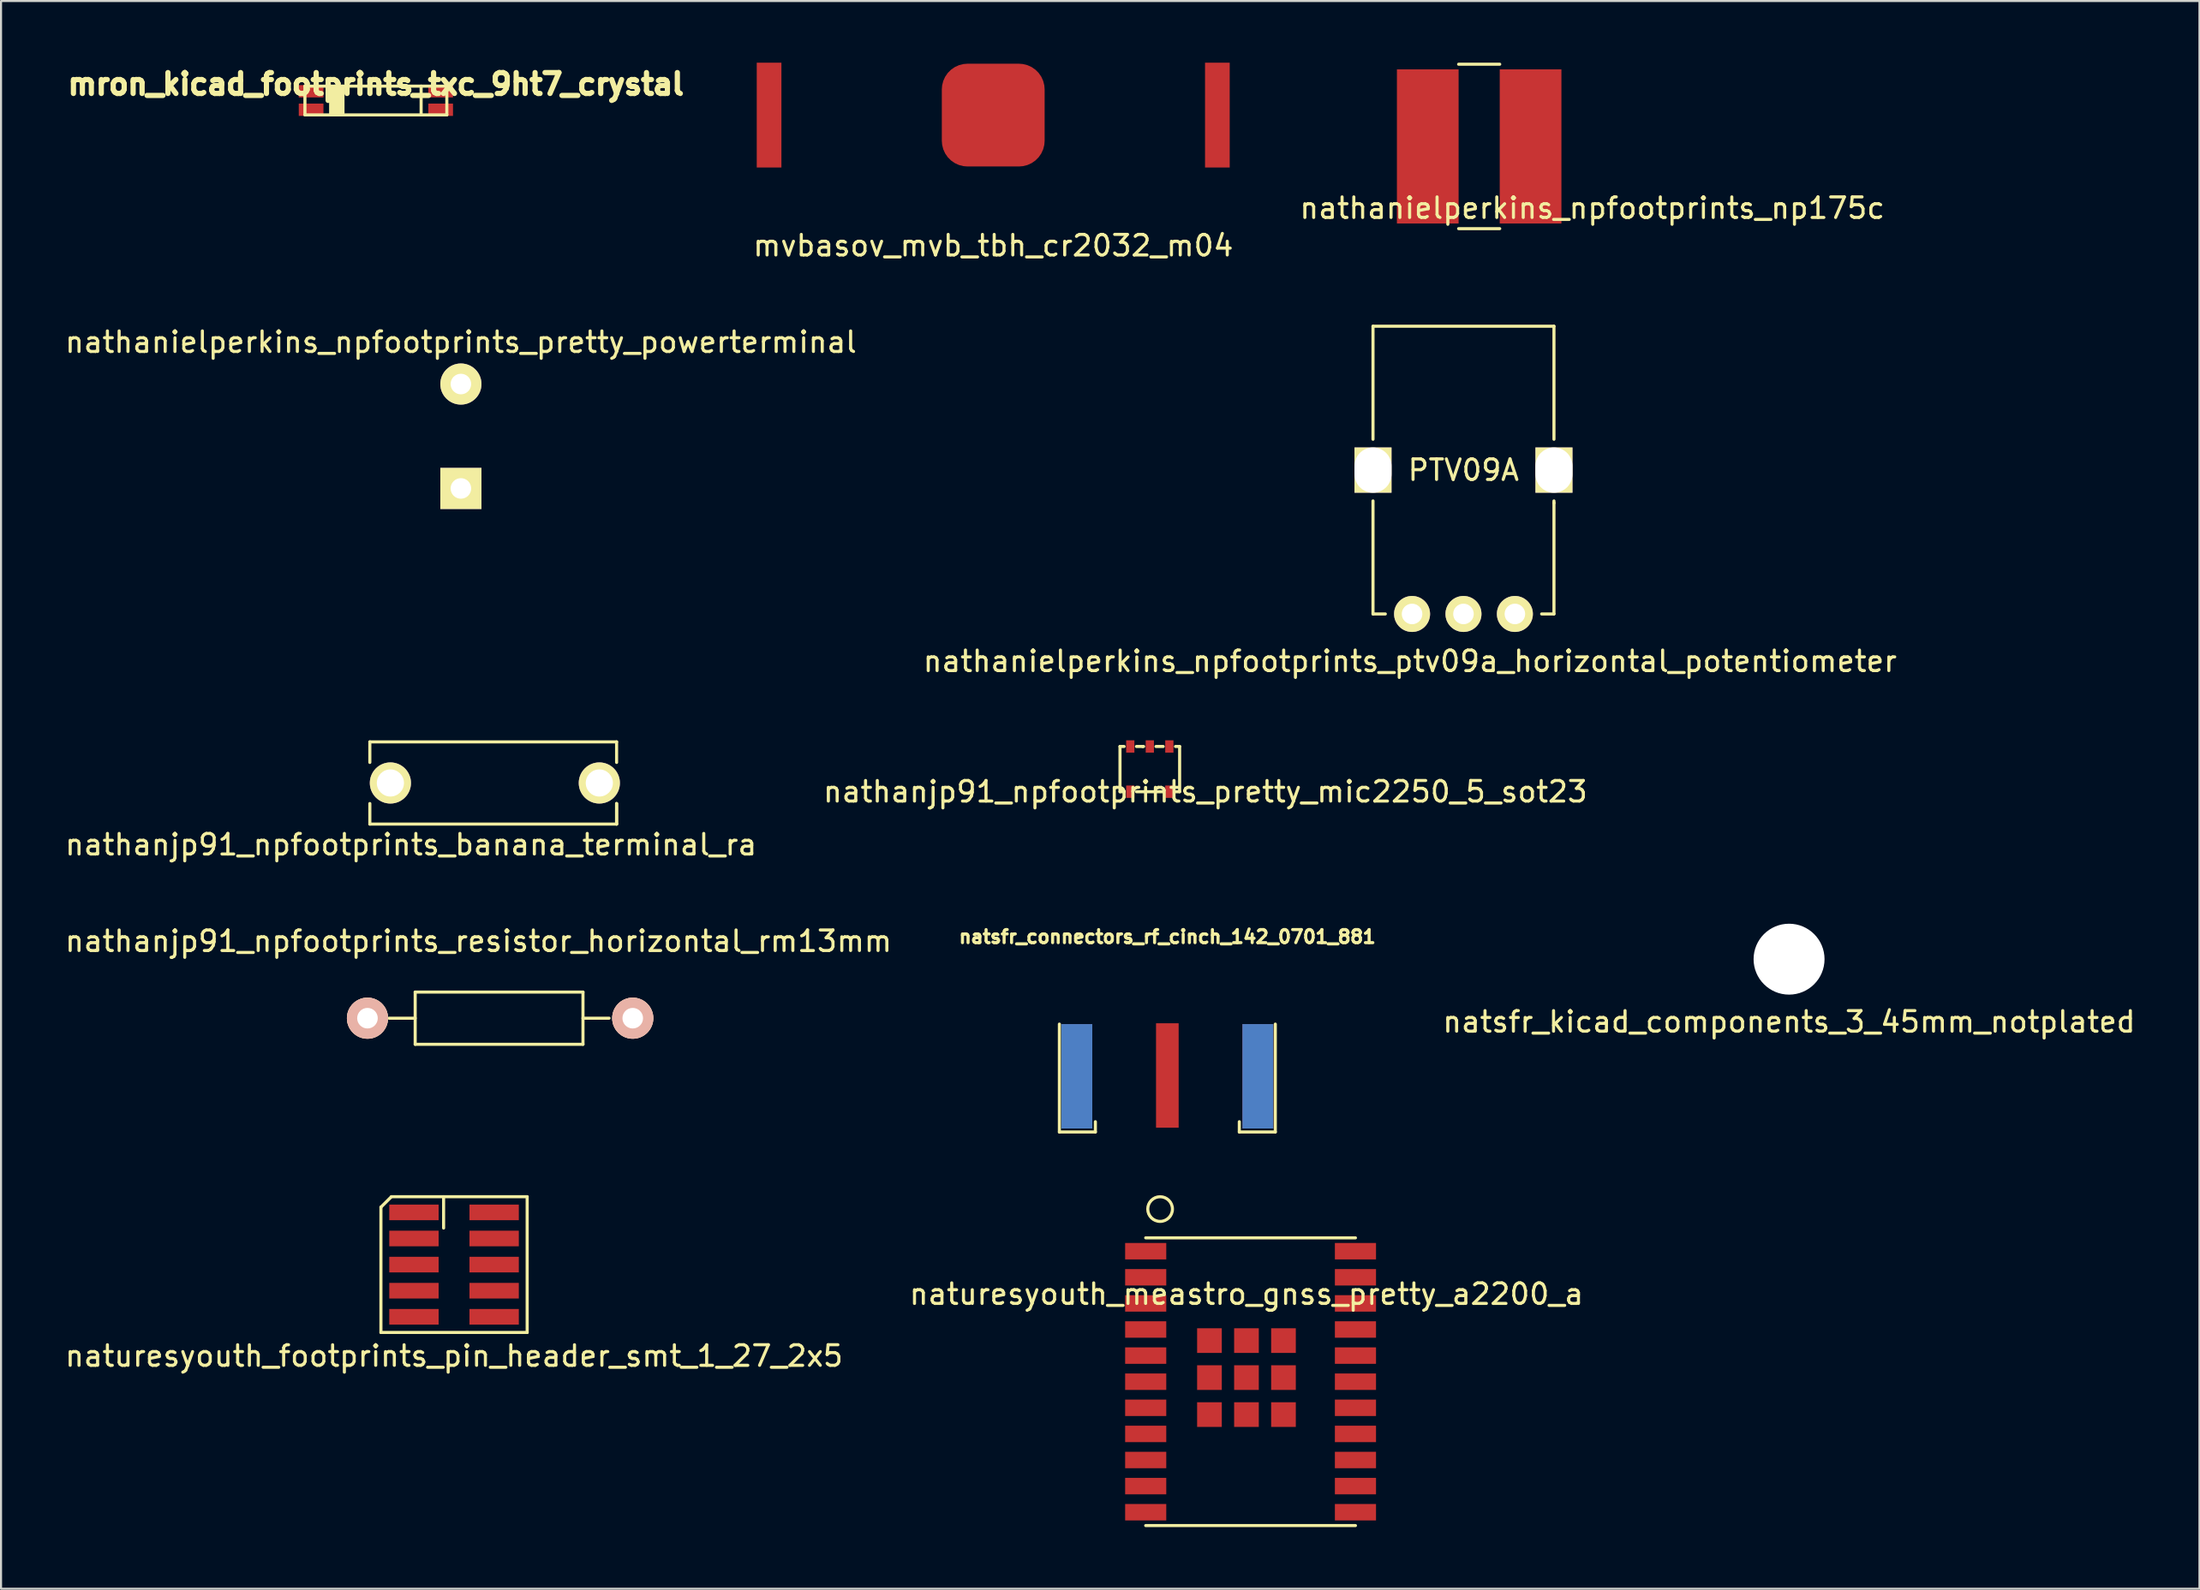
<source format=kicad_pcb>
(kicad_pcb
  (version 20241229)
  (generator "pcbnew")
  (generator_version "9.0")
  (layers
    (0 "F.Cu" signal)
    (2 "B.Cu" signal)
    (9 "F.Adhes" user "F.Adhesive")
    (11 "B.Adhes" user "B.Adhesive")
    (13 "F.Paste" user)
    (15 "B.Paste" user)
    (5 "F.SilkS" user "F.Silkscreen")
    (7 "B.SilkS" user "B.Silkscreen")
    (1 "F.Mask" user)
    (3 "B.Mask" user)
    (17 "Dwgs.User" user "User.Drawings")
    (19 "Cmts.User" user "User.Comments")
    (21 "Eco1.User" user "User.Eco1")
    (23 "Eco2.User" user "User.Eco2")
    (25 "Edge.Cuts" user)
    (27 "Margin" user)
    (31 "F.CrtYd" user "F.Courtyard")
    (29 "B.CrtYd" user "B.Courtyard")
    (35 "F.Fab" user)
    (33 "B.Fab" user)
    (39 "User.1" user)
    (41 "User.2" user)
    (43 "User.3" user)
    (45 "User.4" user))
  (footprint "mron_kicad_footprints_txc_9ht7_crystal"
    (layer "F.Cu")
    (at 15.229 1.84)
    (property "Reference" "mron_kicad_footprints_txc_9ht7_crystal" (at 0 -0.8 0) (layer "F.SilkS") (effects (font (size 1.016 1.016) (thickness 0.254))))
    (attr through_hole)
    (fp_line (start -3.45 -0.7) (end 3.45 -0.7) (stroke (width 0.15) (type solid)) (layer "F.SilkS"))
    (fp_line (start -3.45 0.7) (end -3.45 -0.7) (stroke (width 0.15) (type solid)) (layer "F.SilkS"))
    (fp_line (start -3.45 0.7) (end 3.45 0.7) (stroke (width 0.15) (type solid)) (layer "F.SilkS"))
    (fp_line (start -2.2 -0.7) (end -2.2 0.7) (stroke (width 0.15) (type solid)) (layer "F.SilkS"))
    (fp_line (start -2.1 -0.6) (end -2.1 0.6) (stroke (width 0.15) (type solid)) (layer "F.SilkS"))
    (fp_line (start -2.1 0.6) (end -1.9 0.6) (stroke (width 0.15) (type solid)) (layer "F.SilkS"))
    (fp_line (start -2 -0.7) (end -2 0.7) (stroke (width 0.15) (type solid)) (layer "F.SilkS"))
    (fp_line (start -1.9 0.6) (end -1.9 -0.6) (stroke (width 0.15) (type solid)) (layer "F.SilkS"))
    (fp_line (start -1.9 0.6) (end -1.6 0.6) (stroke (width 0.15) (type solid)) (layer "F.SilkS"))
    (fp_line (start -1.8 -0.6) (end -1.9 0.6) (stroke (width 0.15) (type solid)) (layer "F.SilkS"))
    (fp_line (start -1.8 0.7) (end -1.8 -0.6) (stroke (width 0.15) (type solid)) (layer "F.SilkS"))
    (fp_line (start -1.7 -0.7) (end -1.7 0.6) (stroke (width 0.15) (type solid)) (layer "F.SilkS"))
    (fp_line (start -1.6 0.6) (end -1.6 -0.7) (stroke (width 0.15) (type solid)) (layer "F.SilkS"))
    (fp_line (start 2.2 -0.7) (end 2.2 0.7) (stroke (width 0.15) (type solid)) (layer "F.SilkS"))
    (fp_line (start 3.45 -0.7) (end 3.45 0.7) (stroke (width 0.15) (type solid)) (layer "F.SilkS"))
    (pad "1" smd rect (at -3.15 0.45) (size 1.2 0.6) (layers "F.Cu" "F.Mask" "F.Paste"))
    (pad "2" smd rect (at 3.15 0.45) (size 1.2 0.6) (layers "F.Cu" "F.Mask" "F.Paste"))
    (pad "3" smd rect (at 3.15 -0.45) (size 1.2 0.6) (layers "F.Cu" "F.Mask" "F.Paste"))
    (pad "4" smd rect (at -3.15 -0.45) (size 1.2 0.6) (layers "F.Cu" "F.Mask" "F.Paste")))
  (footprint "natsfr_kicad_components_3_45mm_notplated"
    (layer "F.Cu")
    (at 83.951 43.62)
    (property "Reference" "natsfr_kicad_components_3_45mm_notplated" (at 0 3.048 0) (layer "F.SilkS") (effects (font (size 1 1) (thickness 0.15))))
    (attr through_hole)
    (pad "" np_thru_hole circle (at 0 0) (size 3.45 3.45) (drill 3.45) (layers "*.Cu" "*.Mask")))
  (footprint "nathanjp91_npfootprints_pretty_mic2250_5_sot23"
    (layer "F.Cu")
    (at 52.865 35.471)
    (property "Reference" "nathanjp91_npfootprints_pretty_mic2250_5_sot23" (at 2.7 0 0) (layer "F.SilkS") (effects (font (size 1 1) (thickness 0.15))))
    (attr through_hole)
    (fp_line (start -1.45 -2.2) (end -1.45 0) (stroke (width 0.15) (type solid)) (layer "F.SilkS"))
    (fp_line (start -1.45 0) (end -1.25 0) (stroke (width 0.15) (type solid)) (layer "F.SilkS"))
    (fp_line (start -1.25 -2.2) (end -1.45 -2.2) (stroke (width 0.15) (type solid)) (layer "F.SilkS"))
    (fp_line (start -0.65 -2.2) (end -0.35 -2.2) (stroke (width 0.15) (type solid)) (layer "F.SilkS"))
    (fp_line (start -0.35 -2.2) (end -0.3 -2.2) (stroke (width 0.15) (type solid)) (layer "F.SilkS"))
    (fp_line (start 0.3 -2.2) (end 0.65 -2.2) (stroke (width 0.15) (type solid)) (layer "F.SilkS"))
    (fp_line (start 0.65 0) (end -0.65 0) (stroke (width 0.15) (type solid)) (layer "F.SilkS"))
    (fp_line (start 1.25 -2.2) (end 1.45 -2.2) (stroke (width 0.15) (type solid)) (layer "F.SilkS"))
    (fp_line (start 1.45 -2.2) (end 1.45 0) (stroke (width 0.15) (type solid)) (layer "F.SilkS"))
    (fp_line (start 1.45 0) (end 1.25 0) (stroke (width 0.15) (type solid)) (layer "F.SilkS"))
    (pad "1" smd rect (at 0.95 -2.2) (size 0.4 0.6) (layers "F.Cu" "F.Mask" "F.Paste"))
    (pad "2" smd rect (at 0 -2.2) (size 0.4 0.6) (layers "F.Cu" "F.Mask" "F.Paste"))
    (pad "3" smd rect (at -0.95 -2.2) (size 0.4 0.6) (layers "F.Cu" "F.Mask" "F.Paste"))
    (pad "4" smd rect (at -0.95 0) (size 0.4 0.6) (layers "F.Cu" "F.Mask" "F.Paste"))
    (pad "5" smd rect (at 0.95 0) (size 0.4 0.6) (layers "F.Cu" "F.Mask" "F.Paste")))
  (footprint "natsfr_connectors_rf_cinch_142_0701_881"
    (layer "F.Cu")
    (at 53.717 46.779)
    (property "Reference" "natsfr_connectors_rf_cinch_142_0701_881" (at 0 -4.25 0) (layer "F.SilkS") (effects (font (size 0.635 0.635) (thickness 0.15))))
    (attr through_hole)
    (fp_line (start -5.25 5.25) (end -5.25 0) (stroke (width 0.15) (type solid)) (layer "F.SilkS"))
    (fp_line (start -5.25 5.25) (end -3.5 5.25) (stroke (width 0.15) (type solid)) (layer "F.SilkS"))
    (fp_line (start -3.5 5.25) (end -3.5 4.75) (stroke (width 0.15) (type solid)) (layer "F.SilkS"))
    (fp_line (start 3.5 4.75) (end 3.5 5.25) (stroke (width 0.15) (type solid)) (layer "F.SilkS"))
    (fp_line (start 3.5 5.25) (end 5.25 5.25) (stroke (width 0.15) (type solid)) (layer "F.SilkS"))
    (fp_line (start 5.25 5.25) (end 5.25 0) (stroke (width 0.15) (type solid)) (layer "F.SilkS"))
    (pad "1" smd rect (at 0 2.5) (size 1.1 5.08) (layers "F.Cu" "F.Mask" "F.Paste"))
    (pad "2" smd rect (at -4.4 2.54) (size 1.5 5.08) (layers "F.Cu" "F.Mask" "F.Paste"))
    (pad "2" smd rect (at -4.4 2.54) (size 1.5 5.08) (layers "B.Cu" "B.Mask" "B.Paste"))
    (pad "2" smd rect (at 4.4 2.54) (size 1.5 5.08) (layers "F.Cu" "F.Mask" "F.Paste"))
    (pad "2" smd rect (at 4.4 2.54) (size 1.5 5.08) (layers "B.Cu" "B.Mask" "B.Paste")))
  (footprint "naturesyouth_meastro_gnss_pretty_a2200_a"
    (layer "F.Cu")
    (at 57.565 63.979)
    (property "Reference" "naturesyouth_meastro_gnss_pretty_a2200_a" (at 0 -4.064 0) (layer "F.SilkS") (effects (font (size 1 1) (thickness 0.15))))
    (attr through_hole)
    (fp_line (start -4.9 -6.8) (end 5.3 -6.8) (stroke (width 0.15) (type solid)) (layer "F.SilkS"))
    (fp_line (start -4.9 7.2) (end 5.3 7.2) (stroke (width 0.15) (type solid)) (layer "F.SilkS"))
    (fp_circle (center -4.2 -8.2) (end -4.8 -8.2) (stroke (width 0.15) (type solid)) (fill no) (layer "F.SilkS"))
    (pad "1" smd rect (at -4.9 -6.15) (size 2 0.8) (layers "F.Cu" "F.Mask" "F.Paste"))
    (pad "2" smd rect (at -4.9 -4.88) (size 2 0.8) (layers "F.Cu" "F.Mask" "F.Paste"))
    (pad "3" smd rect (at -4.9 -3.61) (size 2 0.8) (layers "F.Cu" "F.Mask" "F.Paste"))
    (pad "4" smd rect (at -4.9 -2.34) (size 2 0.8) (layers "F.Cu" "F.Mask" "F.Paste"))
    (pad "5" smd rect (at -4.9 -1.07) (size 2 0.8) (layers "F.Cu" "F.Mask" "F.Paste"))
    (pad "6" smd rect (at -4.9 0.2) (size 2 0.8) (layers "F.Cu" "F.Mask" "F.Paste"))
    (pad "7" smd rect (at -4.9 1.47) (size 2 0.8) (layers "F.Cu" "F.Mask" "F.Paste"))
    (pad "8" smd rect (at -4.9 2.74) (size 2 0.8) (layers "F.Cu" "F.Mask" "F.Paste"))
    (pad "9" smd rect (at -4.9 4.01) (size 2 0.8) (layers "F.Cu" "F.Mask" "F.Paste"))
    (pad "10" smd rect (at -4.9 5.28) (size 2 0.8) (layers "F.Cu" "F.Mask" "F.Paste"))
    (pad "11" smd rect (at -4.9 6.55) (size 2 0.8) (layers "F.Cu" "F.Mask" "F.Paste"))
    (pad "12" smd rect (at 5.3 6.55) (size 2 0.8) (layers "F.Cu" "F.Mask" "F.Paste"))
    (pad "13" smd rect (at 5.3 5.28) (size 2 0.8) (layers "F.Cu" "F.Mask" "F.Paste"))
    (pad "14" smd rect (at 5.3 4.01) (size 2 0.8) (layers "F.Cu" "F.Mask" "F.Paste"))
    (pad "15" smd rect (at 5.3 2.74) (size 2 0.8) (layers "F.Cu" "F.Mask" "F.Paste"))
    (pad "16" smd rect (at 5.3 1.47) (size 2 0.8) (layers "F.Cu" "F.Mask" "F.Paste"))
    (pad "17" smd rect (at 5.3 0.2) (size 2 0.8) (layers "F.Cu" "F.Mask" "F.Paste"))
    (pad "18" smd rect (at 5.3 -1.07) (size 2 0.8) (layers "F.Cu" "F.Mask" "F.Paste"))
    (pad "19" smd rect (at 5.3 -2.34) (size 2 0.8) (layers "F.Cu" "F.Mask" "F.Paste"))
    (pad "20" smd rect (at 5.3 -3.61) (size 2 0.8) (layers "F.Cu" "F.Mask" "F.Paste"))
    (pad "21" smd rect (at 5.3 -4.88) (size 2 0.8) (layers "F.Cu" "F.Mask" "F.Paste"))
    (pad "22" smd rect (at 5.3 -6.15) (size 2 0.8) (layers "F.Cu" "F.Mask" "F.Paste"))
    (pad "23" smd rect (at -1.8 -1.8) (size 1.2 1.2) (layers "F.Cu" "F.Mask" "F.Paste"))
    (pad "24" smd rect (at -1.8 0) (size 1.2 1.2) (layers "F.Cu" "F.Mask" "F.Paste"))
    (pad "25" smd rect (at -1.8 1.8) (size 1.2 1.2) (layers "F.Cu" "F.Mask" "F.Paste"))
    (pad "26" smd rect (at 0 -1.8) (size 1.2 1.2) (layers "F.Cu" "F.Mask" "F.Paste"))
    (pad "27" smd rect (at 0 0) (size 1.2 1.2) (layers "F.Cu" "F.Mask" "F.Paste"))
    (pad "29" smd rect (at 0 1.8) (size 1.2 1.2) (layers "F.Cu" "F.Mask" "F.Paste"))
    (pad "30" smd rect (at 1.8 -1.8) (size 1.2 1.2) (layers "F.Cu" "F.Mask" "F.Paste"))
    (pad "31" smd rect (at 1.8 0) (size 1.2 1.2) (layers "F.Cu" "F.Mask" "F.Paste"))
    (pad "32" smd rect (at 1.8 1.8) (size 1.2 1.2) (layers "F.Cu" "F.Mask" "F.Paste")))
  (footprint "nathanjp91_npfootprints_banana_terminal_ra"
    (layer "F.Cu")
    (at 20.935 35.047)
    (property "Reference" "nathanjp91_npfootprints_banana_terminal_ra" (at -4 3 0) (layer "F.SilkS") (effects (font (size 1 1) (thickness 0.15))))
    (attr through_hole)
    (fp_line (start -6 -2) (end 6 -2) (stroke (width 0.15) (type solid)) (layer "F.SilkS"))
    (fp_line (start -6 -1) (end -6 -2) (stroke (width 0.15) (type solid)) (layer "F.SilkS"))
    (fp_line (start -6 2) (end -6 1) (stroke (width 0.15) (type solid)) (layer "F.SilkS"))
    (fp_line (start 6 -2) (end 6 -1) (stroke (width 0.15) (type solid)) (layer "F.SilkS"))
    (fp_line (start 6 1) (end 6 2) (stroke (width 0.15) (type solid)) (layer "F.SilkS"))
    (fp_line (start 6 2) (end -6 2) (stroke (width 0.15) (type solid)) (layer "F.SilkS"))
    (fp_line (start 6 2) (end 6 1) (stroke (width 0.15) (type solid)) (layer "F.SilkS"))
    (pad "1" thru_hole circle (at -5 0) (size 2 2) (drill 1.32) (layers "*.Cu" "*.Mask" "F.SilkS"))
    (pad "1" thru_hole circle (at 5.16 0) (size 2 2) (drill 1.32) (layers "*.Cu" "*.Mask" "F.SilkS")))
  (footprint "naturesyouth_footprints_pin_header_smt_1_27_2x5"
    (layer "F.Cu")
    (at 19.03 58.481)
    (property "Reference" "naturesyouth_footprints_pin_header_smt_1_27_2x5" (at 0 4.445 0) (layer "F.SilkS") (effects (font (size 1 1) (thickness 0.15))))
    (attr through_hole)
    (fp_line (start -3.556 -2.794) (end -3.556 3.302) (stroke (width 0.15) (type solid)) (layer "F.SilkS"))
    (fp_line (start -3.556 3.302) (end 3.556 3.302) (stroke (width 0.15) (type solid)) (layer "F.SilkS"))
    (fp_line (start -3.048 -3.302) (end -3.556 -2.794) (stroke (width 0.15) (type solid)) (layer "F.SilkS"))
    (fp_line (start -0.508 -3.302) (end -0.508 -1.778) (stroke (width 0.15) (type solid)) (layer "F.SilkS"))
    (fp_line (start 3.556 -3.302) (end -3.048 -3.302) (stroke (width 0.15) (type solid)) (layer "F.SilkS"))
    (fp_line (start 3.556 3.302) (end 3.556 -3.302) (stroke (width 0.15) (type solid)) (layer "F.SilkS"))
    (pad "1" smd rect (at -1.95 -2.54) (size 2.4 0.76) (layers "F.Cu" "F.Mask" "F.Paste"))
    (pad "2" smd rect (at 1.95 -2.54) (size 2.4 0.76) (layers "F.Cu" "F.Mask" "F.Paste"))
    (pad "3" smd rect (at -1.95 -1.27) (size 2.4 0.76) (layers "F.Cu" "F.Mask" "F.Paste"))
    (pad "4" smd rect (at 1.95 -1.27) (size 2.4 0.76) (layers "F.Cu" "F.Mask" "F.Paste"))
    (pad "5" smd rect (at -1.95 0) (size 2.4 0.76) (layers "F.Cu" "F.Mask" "F.Paste"))
    (pad "6" smd rect (at 1.95 0) (size 2.4 0.76) (layers "F.Cu" "F.Mask" "F.Paste"))
    (pad "7" smd rect (at -1.95 1.27) (size 2.4 0.76) (layers "F.Cu" "F.Mask" "F.Paste"))
    (pad "8" smd rect (at 1.95 1.27) (size 2.4 0.76) (layers "F.Cu" "F.Mask" "F.Paste"))
    (pad "9" smd rect (at -1.95 2.54) (size 2.4 0.76) (layers "F.Cu" "F.Mask" "F.Paste"))
    (pad "10" smd rect (at 1.95 2.54) (size 2.4 0.76) (layers "F.Cu" "F.Mask" "F.Paste")))
  (footprint "nathanjp91_npfootprints_resistor_horizontal_rm13mm"
    (layer "F.Cu")
    (at 20.22 46.492)
    (property "Reference" "nathanjp91_npfootprints_resistor_horizontal_rm13mm" (at 0 -3.749 0) (layer "F.SilkS") (effects (font (size 1 1) (thickness 0.15))))
    (attr through_hole)
    (fp_line (start -4.35 0) (end -3.08 0) (stroke (width 0.15) (type solid)) (layer "F.SilkS"))
    (fp_line (start -3.08 -1.27) (end -3.08 1.27) (stroke (width 0.15) (type solid)) (layer "F.SilkS"))
    (fp_line (start -3.08 1.27) (end 5.08 1.27) (stroke (width 0.15) (type solid)) (layer "F.SilkS"))
    (fp_line (start 5.08 -1.27) (end -3.08 -1.27) (stroke (width 0.15) (type solid)) (layer "F.SilkS"))
    (fp_line (start 5.08 1.27) (end 5.08 -1.27) (stroke (width 0.15) (type solid)) (layer "F.SilkS"))
    (fp_line (start 6.35 0) (end 5.08 0) (stroke (width 0.15) (type solid)) (layer "F.SilkS"))
    (pad "1" thru_hole circle (at -5.4 0) (size 1.999 1.999) (drill 1.001) (layers "*.Cu" "*.SilkS" "*.Mask"))
    (pad "2" thru_hole circle (at 7.5 0) (size 1.999 1.999) (drill 1.001) (layers "*.Cu" "*.SilkS" "*.Mask")))
  (footprint "nathanielperkins_npfootprints_np175c"
    (layer "F.Cu")
    (at 68.881 4.075)
    (property "Reference" "nathanielperkins_npfootprints_np175c" (at 5.5 3 0) (layer "F.SilkS") (effects (font (size 1 1) (thickness 0.15))))
    (attr through_hole)
    (fp_line (start -1 4) (end 1 4) (stroke (width 0.15) (type solid)) (layer "F.SilkS"))
    (fp_line (start 1 -4) (end -1 -4) (stroke (width 0.15) (type solid)) (layer "F.SilkS"))
    (pad "1" smd rect (at -2.5 0) (size 3 7.5) (layers "F.Cu" "F.Mask" "F.Paste"))
    (pad "2" smd rect (at 2.5 0) (size 3 7.5) (layers "F.Cu" "F.Mask" "F.Paste")))
  (footprint "nathanielperkins_npfootprints_pretty_powerterminal"
    (layer "F.Cu")
    (at 19.363 15.636)
    (property "Reference" "nathanielperkins_npfootprints_pretty_powerterminal" (at 0 -2.04 0) (layer "F.SilkS") (effects (font (size 1 1) (thickness 0.15))))
    (attr through_hole)
    (pad "1" thru_hole circle (at 0 0) (size 2 2) (drill 1) (layers "*.Cu" "*.Mask" "F.SilkS"))
    (pad "2" thru_hole rect (at 0 5.08) (size 2 2) (drill 1) (layers "*.Cu" "*.Mask" "F.SilkS")))
  (footprint "mvbasov_mvb_tbh_cr2032_m04"
    (layer "F.Cu")
    (at 45.25 2.55)
    (property "Reference" "mvbasov_mvb_tbh_cr2032_m04" (at 0 6.35 0) (layer "F.SilkS") (effects (font (size 1 1) (thickness 0.15))))
    (attr through_hole)
    (pad "1" smd rect (at -10.9 0) (size 1.2 5.1) (layers "F.Cu" "F.Mask" "F.Paste"))
    (pad "1" smd rect (at 10.9 0) (size 1.2 5.1) (layers "F.Cu" "F.Mask" "F.Paste"))
    (pad "2" smd roundrect (at 0 0) (size 5 5) (layers "F.Cu" "F.Mask" "F.Paste") (roundrect_rratio 0.25)))
  (footprint "nathanielperkins_npfootprints_ptv09a_horizontal_potentiometer"
    (layer "F.Cu")
    (at 68.118 26.823)
    (property "Reference" "nathanielperkins_npfootprints_ptv09a_horizontal_potentiometer" (at -2.6 2.3 0) (layer "F.SilkS") (effects (font (size 1 1) (thickness 0.15))))
    (attr through_hole)
    (fp_line (start -4.4 -14) (end -4.4 -8.5) (stroke (width 0.15) (type solid)) (layer "F.SilkS"))
    (fp_line (start -4.4 -5.5) (end -4.4 0) (stroke (width 0.15) (type solid)) (layer "F.SilkS"))
    (fp_line (start -4.4 0) (end -3.8 0) (stroke (width 0.15) (type solid)) (layer "F.SilkS"))
    (fp_line (start 3.8 0) (end 4.4 0) (stroke (width 0.15) (type solid)) (layer "F.SilkS"))
    (fp_line (start 4.4 -14) (end -4.4 -14) (stroke (width 0.15) (type solid)) (layer "F.SilkS"))
    (fp_line (start 4.4 -8.5) (end 4.4 -14) (stroke (width 0.15) (type solid)) (layer "F.SilkS"))
    (fp_line (start 4.4 -5.4) (end 4.4 -5.5) (stroke (width 0.15) (type solid)) (layer "F.SilkS"))
    (fp_line (start 4.4 0) (end 4.4 -5.4) (stroke (width 0.15) (type solid)) (layer "F.SilkS"))
    (fp_text user "PTV09A" (at 0 -7 0) (layer "F.SilkS") (effects (font (size 1 1) (thickness 0.15))))
    (pad "" np_thru_hole rect (at -4.4 -7) (size 1.8 2.2) (drill oval 1.8 2.2) (layers "*.Cu" "*.Mask" "F.SilkS"))
    (pad "" np_thru_hole rect (at 4.4 -7) (size 1.8 2.2) (drill oval 1.8 2.2) (layers "*.Cu" "*.Mask" "F.SilkS"))
    (pad "1" thru_hole circle (at -2.5 0) (size 1.75 1.75) (drill 1) (layers "*.Cu" "*.Mask" "F.SilkS"))
    (pad "2" thru_hole circle (at 0 0) (size 1.75 1.75) (drill 1) (layers "*.Cu" "*.Mask" "F.SilkS"))
    (pad "3" thru_hole circle (at 2.5 0) (size 1.75 1.75) (drill 1) (layers "*.Cu" "*.Mask" "F.SilkS")))
  (gr_rect
    (start -3 -3)
    (end 103.909 74.254)
    (stroke (width 0.1) (type default))
    (fill no)
    (layer "Edge.Cuts")))
</source>
